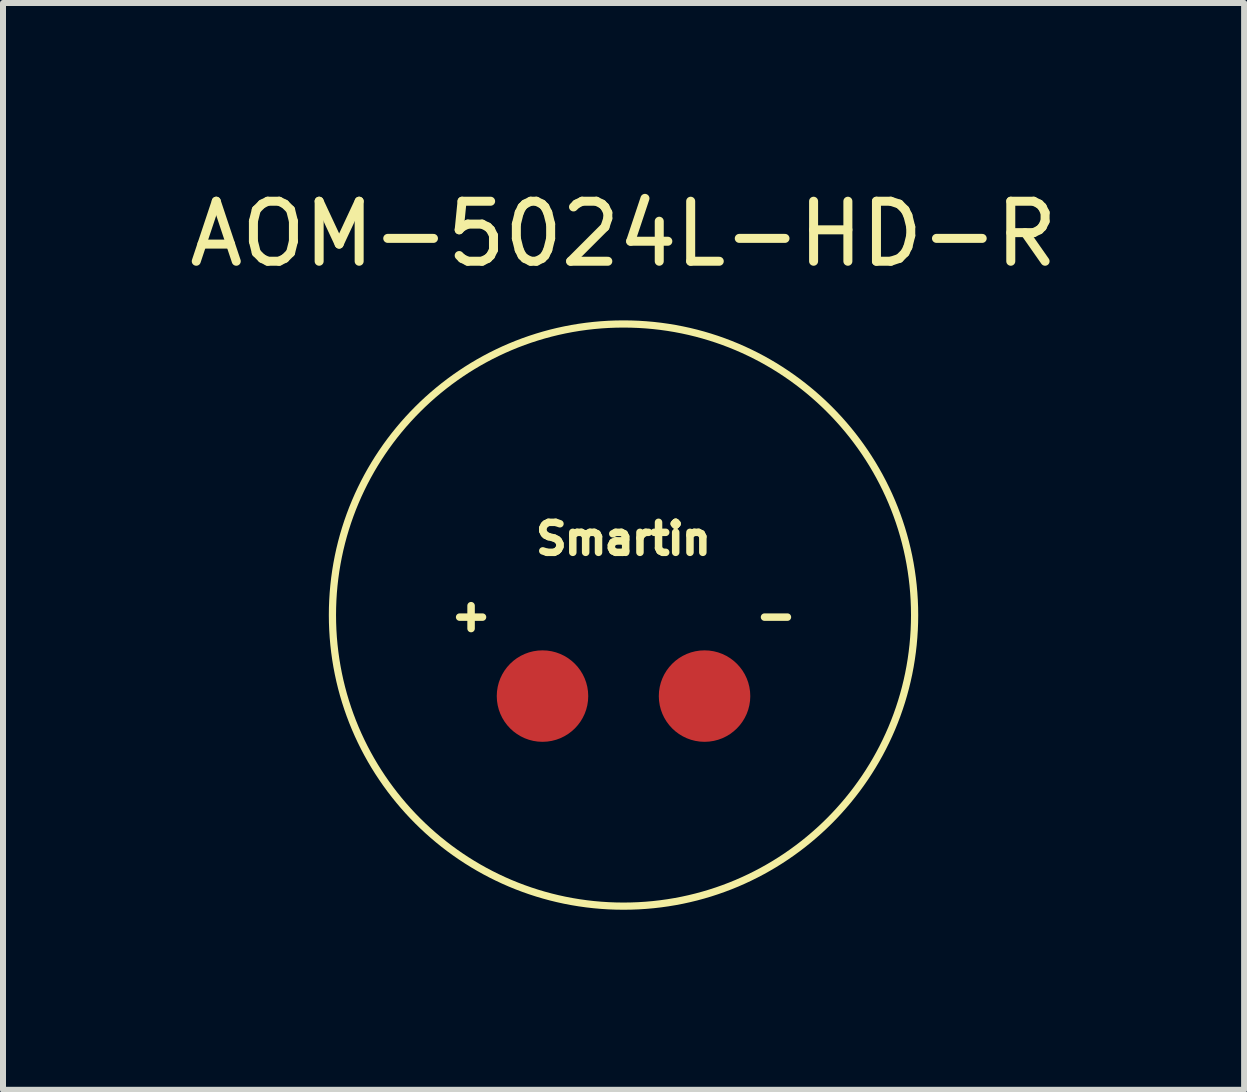
<source format=kicad_pcb>
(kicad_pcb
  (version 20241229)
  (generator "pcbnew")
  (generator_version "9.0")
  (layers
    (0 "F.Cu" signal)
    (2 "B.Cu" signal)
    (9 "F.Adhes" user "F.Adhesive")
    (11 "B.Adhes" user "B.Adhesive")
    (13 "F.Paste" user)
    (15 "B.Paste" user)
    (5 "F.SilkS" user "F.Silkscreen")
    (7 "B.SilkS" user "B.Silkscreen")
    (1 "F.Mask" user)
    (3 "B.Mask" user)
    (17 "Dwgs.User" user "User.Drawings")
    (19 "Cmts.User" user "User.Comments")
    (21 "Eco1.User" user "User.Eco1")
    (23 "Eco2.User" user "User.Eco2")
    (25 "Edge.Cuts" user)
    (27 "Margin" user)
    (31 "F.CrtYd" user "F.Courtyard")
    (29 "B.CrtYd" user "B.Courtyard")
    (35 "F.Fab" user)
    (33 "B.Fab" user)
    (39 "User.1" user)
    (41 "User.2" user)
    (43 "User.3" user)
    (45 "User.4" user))
  (footprint "AOM-5024L-HD-R"
    (layer "F.Cu")
    (at 7.339 7.198)
    (property "Reference" "AOM-5024L-HD-R" (at 0 -6.35 180) (layer "F.SilkS") (effects (font (size 1 1) (thickness 0.15))))
    (attr through_hole)
    (fp_circle (center 0 0) (end 4.85 0) (stroke (width 0.12) (type solid)) (fill no) (layer "F.SilkS"))
    (fp_text user "+" (at -2.54 0 180) (layer "F.SilkS") (effects (font (size 0.5 0.5) (thickness 0.125))))
    (fp_text user "Smartin" (at 0 -1.27 180) (layer "F.SilkS") (effects (font (size 0.5 0.5) (thickness 0.125))))
    (fp_text user "-" (at 2.54 0 180) (layer "F.SilkS") (effects (font (size 0.5 0.5) (thickness 0.125))))
    (pad "1" smd circle (at 1.35 1.35) (size 1.524 1.524) (layers "F.Cu" "F.Mask" "F.Paste"))
    (pad "2" smd circle (at -1.35 1.35) (size 1.524 1.524) (layers "F.Cu" "F.Mask" "F.Paste")))
  (gr_rect
    (start -3 -3)
    (end 17.679 15.108)
    (stroke (width 0.1) (type default))
    (fill no)
    (layer "Edge.Cuts")))
</source>
